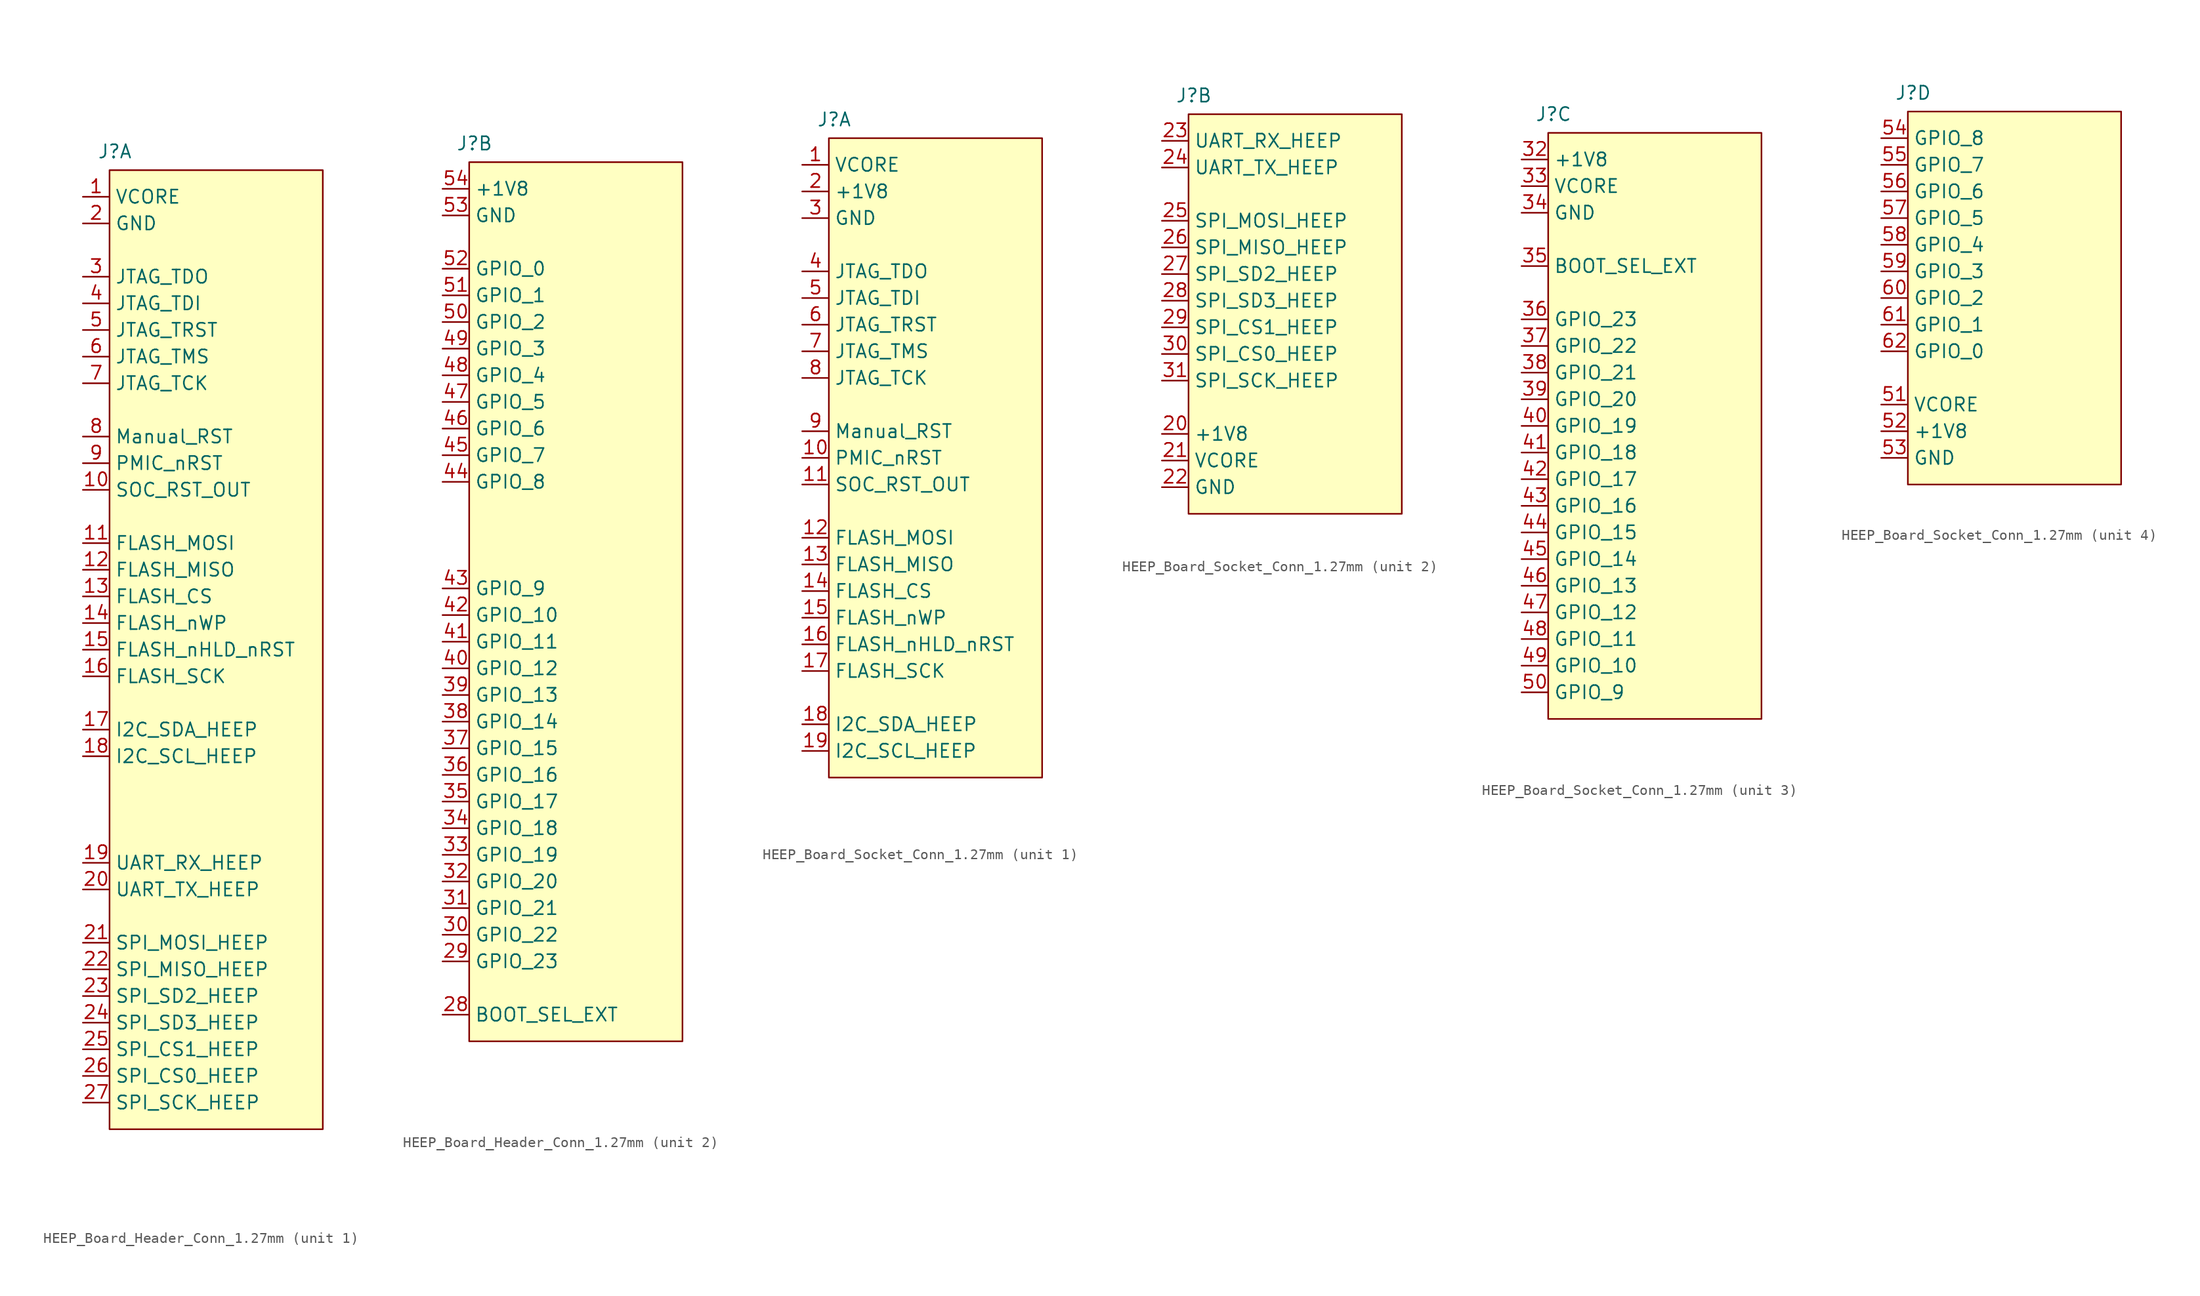
<source format=kicad_sym>
(kicad_symbol_lib
  (version 20231120)
  (generator "kicad_symbol_editor")
  (generator_version "8.0")
  (symbol "HEEP_Board_Header_Conn_1.27mm"
    (property "Reference" "J"
      (at 0.508 1.778 0)
      (effects (font (size 1.27 1.27))))
    (property "Value" ""
      (at 0 0 0)
      (effects (font (size 1.27 1.27))))
    (property "ki_locked" ""
      (at 0 0 0)
      (effects (font (size 1.27 1.27))))
    (symbol "HEEP_Board_Header_Conn_1.27mm_1_1"
      (rectangle (start 0 0) (end 20.32 -91.44) (stroke (width 0) (type default) (color 128 0 0 1)) (fill (type background)))
      (pin passive line (at -2.54 -2.54 0) (length 2.54) (name "VCORE" (effects (font (size 1.27 1.27)))) (number "1" (effects (font (size 1.27 1.27)))))
      (pin passive line (at -2.54 -30.48 0) (length 2.54) (name "SOC_RST_OUT" (effects (font (size 1.27 1.27)))) (number "10" (effects (font (size 1.27 1.27)))))
      (pin passive line (at -2.54 -35.56 0) (length 2.54) (name "FLASH_MOSI" (effects (font (size 1.27 1.27)))) (number "11" (effects (font (size 1.27 1.27)))))
      (pin passive line (at -2.54 -38.1 0) (length 2.54) (name "FLASH_MISO" (effects (font (size 1.27 1.27)))) (number "12" (effects (font (size 1.27 1.27)))))
      (pin passive line (at -2.54 -40.64 0) (length 2.54) (name "FLASH_CS" (effects (font (size 1.27 1.27)))) (number "13" (effects (font (size 1.27 1.27)))))
      (pin passive line (at -2.54 -43.18 0) (length 2.54) (name "FLASH_nWP" (effects (font (size 1.27 1.27)))) (number "14" (effects (font (size 1.27 1.27)))))
      (pin passive line (at -2.54 -45.72 0) (length 2.54) (name "FLASH_nHLD_nRST" (effects (font (size 1.27 1.27)))) (number "15" (effects (font (size 1.27 1.27)))))
      (pin passive line (at -2.54 -48.26 0) (length 2.54) (name "FLASH_SCK" (effects (font (size 1.27 1.27)))) (number "16" (effects (font (size 1.27 1.27)))))
      (pin passive line (at -2.54 -53.34 0) (length 2.54) (name "I2C_SDA_HEEP" (effects (font (size 1.27 1.27)))) (number "17" (effects (font (size 1.27 1.27)))))
      (pin passive line (at -2.54 -55.88 0) (length 2.54) (name "I2C_SCL_HEEP" (effects (font (size 1.27 1.27)))) (number "18" (effects (font (size 1.27 1.27)))))
      (pin passive line (at -2.54 -66.04 0) (length 2.54) (name "UART_RX_HEEP" (effects (font (size 1.27 1.27)))) (number "19" (effects (font (size 1.27 1.27)))))
      (pin passive line (at -2.54 -5.08 0) (length 2.54) (name "GND" (effects (font (size 1.27 1.27)))) (number "2" (effects (font (size 1.27 1.27)))))
      (pin passive line (at -2.54 -68.58 0) (length 2.54) (name "UART_TX_HEEP" (effects (font (size 1.27 1.27)))) (number "20" (effects (font (size 1.27 1.27)))))
      (pin passive line (at -2.54 -73.66 0) (length 2.54) (name "SPI_MOSI_HEEP" (effects (font (size 1.27 1.27)))) (number "21" (effects (font (size 1.27 1.27)))))
      (pin passive line (at -2.54 -76.2 0) (length 2.54) (name "SPI_MISO_HEEP" (effects (font (size 1.27 1.27)))) (number "22" (effects (font (size 1.27 1.27)))))
      (pin passive line (at -2.54 -78.74 0) (length 2.54) (name "SPI_SD2_HEEP" (effects (font (size 1.27 1.27)))) (number "23" (effects (font (size 1.27 1.27)))))
      (pin passive line (at -2.54 -81.28 0) (length 2.54) (name "SPI_SD3_HEEP" (effects (font (size 1.27 1.27)))) (number "24" (effects (font (size 1.27 1.27)))))
      (pin passive line (at -2.54 -83.82 0) (length 2.54) (name "SPI_CS1_HEEP" (effects (font (size 1.27 1.27)))) (number "25" (effects (font (size 1.27 1.27)))))
      (pin passive line (at -2.54 -86.36 0) (length 2.54) (name "SPI_CS0_HEEP" (effects (font (size 1.27 1.27)))) (number "26" (effects (font (size 1.27 1.27)))))
      (pin passive line (at -2.54 -88.9 0) (length 2.54) (name "SPI_SCK_HEEP" (effects (font (size 1.27 1.27)))) (number "27" (effects (font (size 1.27 1.27)))))
      (pin passive line (at -2.54 -10.16 0) (length 2.54) (name "JTAG_TDO" (effects (font (size 1.27 1.27)))) (number "3" (effects (font (size 1.27 1.27)))))
      (pin passive line (at -2.54 -12.7 0) (length 2.54) (name "JTAG_TDI" (effects (font (size 1.27 1.27)))) (number "4" (effects (font (size 1.27 1.27)))))
      (pin passive line (at -2.54 -15.24 0) (length 2.54) (name "JTAG_TRST" (effects (font (size 1.27 1.27)))) (number "5" (effects (font (size 1.27 1.27)))))
      (pin passive line (at -2.54 -17.78 0) (length 2.54) (name "JTAG_TMS" (effects (font (size 1.27 1.27)))) (number "6" (effects (font (size 1.27 1.27)))))
      (pin passive line (at -2.54 -20.32 0) (length 2.54) (name "JTAG_TCK" (effects (font (size 1.27 1.27)))) (number "7" (effects (font (size 1.27 1.27)))))
      (pin passive line (at -2.54 -25.4 0) (length 2.54) (name "Manual_RST" (effects (font (size 1.27 1.27)))) (number "8" (effects (font (size 1.27 1.27)))))
      (pin passive line (at -2.54 -27.94 0) (length 2.54) (name "PMIC_nRST" (effects (font (size 1.27 1.27)))) (number "9" (effects (font (size 1.27 1.27))))))
    (symbol "HEEP_Board_Header_Conn_1.27mm_2_1"
      (rectangle (start 0 0) (end 20.32 -83.82) (stroke (width 0) (type default) (color 128 0 0 1)) (fill (type background)))
      (pin passive line (at -2.54 -81.28 0) (length 2.54) (name "BOOT_SEL_EXT" (effects (font (size 1.27 1.27)))) (number "28" (effects (font (size 1.27 1.27)))))
      (pin passive line (at -2.54 -76.2 0) (length 2.54) (name "GPIO_23" (effects (font (size 1.27 1.27)))) (number "29" (effects (font (size 1.27 1.27)))))
      (pin passive line (at -2.54 -73.66 0) (length 2.54) (name "GPIO_22" (effects (font (size 1.27 1.27)))) (number "30" (effects (font (size 1.27 1.27)))))
      (pin passive line (at -2.54 -71.12 0) (length 2.54) (name "GPIO_21" (effects (font (size 1.27 1.27)))) (number "31" (effects (font (size 1.27 1.27)))))
      (pin passive line (at -2.54 -68.58 0) (length 2.54) (name "GPIO_20" (effects (font (size 1.27 1.27)))) (number "32" (effects (font (size 1.27 1.27)))))
      (pin passive line (at -2.54 -66.04 0) (length 2.54) (name "GPIO_19" (effects (font (size 1.27 1.27)))) (number "33" (effects (font (size 1.27 1.27)))))
      (pin passive line (at -2.54 -63.5 0) (length 2.54) (name "GPIO_18" (effects (font (size 1.27 1.27)))) (number "34" (effects (font (size 1.27 1.27)))))
      (pin passive line (at -2.54 -60.96 0) (length 2.54) (name "GPIO_17" (effects (font (size 1.27 1.27)))) (number "35" (effects (font (size 1.27 1.27)))))
      (pin passive line (at -2.54 -58.42 0) (length 2.54) (name "GPIO_16" (effects (font (size 1.27 1.27)))) (number "36" (effects (font (size 1.27 1.27)))))
      (pin passive line (at -2.54 -55.88 0) (length 2.54) (name "GPIO_15" (effects (font (size 1.27 1.27)))) (number "37" (effects (font (size 1.27 1.27)))))
      (pin passive line (at -2.54 -53.34 0) (length 2.54) (name "GPIO_14" (effects (font (size 1.27 1.27)))) (number "38" (effects (font (size 1.27 1.27)))))
      (pin passive line (at -2.54 -50.8 0) (length 2.54) (name "GPIO_13" (effects (font (size 1.27 1.27)))) (number "39" (effects (font (size 1.27 1.27)))))
      (pin passive line (at -2.54 -48.26 0) (length 2.54) (name "GPIO_12" (effects (font (size 1.27 1.27)))) (number "40" (effects (font (size 1.27 1.27)))))
      (pin passive line (at -2.54 -45.72 0) (length 2.54) (name "GPIO_11" (effects (font (size 1.27 1.27)))) (number "41" (effects (font (size 1.27 1.27)))))
      (pin passive line (at -2.54 -43.18 0) (length 2.54) (name "GPIO_10" (effects (font (size 1.27 1.27)))) (number "42" (effects (font (size 1.27 1.27)))))
      (pin passive line (at -2.54 -40.64 0) (length 2.54) (name "GPIO_9" (effects (font (size 1.27 1.27)))) (number "43" (effects (font (size 1.27 1.27)))))
      (pin passive line (at -2.54 -30.48 0) (length 2.54) (name "GPIO_8" (effects (font (size 1.27 1.27)))) (number "44" (effects (font (size 1.27 1.27)))))
      (pin passive line (at -2.54 -27.94 0) (length 2.54) (name "GPIO_7" (effects (font (size 1.27 1.27)))) (number "45" (effects (font (size 1.27 1.27)))))
      (pin passive line (at -2.54 -25.4 0) (length 2.54) (name "GPIO_6" (effects (font (size 1.27 1.27)))) (number "46" (effects (font (size 1.27 1.27)))))
      (pin passive line (at -2.54 -22.86 0) (length 2.54) (name "GPIO_5" (effects (font (size 1.27 1.27)))) (number "47" (effects (font (size 1.27 1.27)))))
      (pin passive line (at -2.54 -20.32 0) (length 2.54) (name "GPIO_4" (effects (font (size 1.27 1.27)))) (number "48" (effects (font (size 1.27 1.27)))))
      (pin passive line (at -2.54 -17.78 0) (length 2.54) (name "GPIO_3" (effects (font (size 1.27 1.27)))) (number "49" (effects (font (size 1.27 1.27)))))
      (pin passive line (at -2.54 -15.24 0) (length 2.54) (name "GPIO_2" (effects (font (size 1.27 1.27)))) (number "50" (effects (font (size 1.27 1.27)))))
      (pin passive line (at -2.54 -12.7 0) (length 2.54) (name "GPIO_1" (effects (font (size 1.27 1.27)))) (number "51" (effects (font (size 1.27 1.27)))))
      (pin passive line (at -2.54 -10.16 0) (length 2.54) (name "GPIO_0" (effects (font (size 1.27 1.27)))) (number "52" (effects (font (size 1.27 1.27)))))
      (pin passive line (at -2.54 -5.08 0) (length 2.54) (name "GND" (effects (font (size 1.27 1.27)))) (number "53" (effects (font (size 1.27 1.27)))))
      (pin passive line (at -2.54 -2.54 0) (length 2.54) (name "+1V8" (effects (font (size 1.27 1.27)))) (number "54" (effects (font (size 1.27 1.27)))))))
  (symbol "HEEP_Board_Socket_Conn_1.27mm"
    (property "Reference" "J"
      (at 0.508 1.778 0)
      (effects (font (size 1.27 1.27))))
    (property "Value" ""
      (at 0 0 0)
      (effects (font (size 1.27 1.27))))
    (property "ki_locked" ""
      (at 0 0 0)
      (effects (font (size 1.27 1.27))))
    (symbol "HEEP_Board_Socket_Conn_1.27mm_1_1"
      (rectangle (start 0 0) (end 20.32 -60.96) (stroke (width 0) (type default) (color 128 0 0 1)) (fill (type background)))
      (pin passive line (at -2.54 -2.54 0) (length 2.54) (name "VCORE" (effects (font (size 1.27 1.27)))) (number "1" (effects (font (size 1.27 1.27)))))
      (pin passive line (at -2.54 -30.48 0) (length 2.54) (name "PMIC_nRST" (effects (font (size 1.27 1.27)))) (number "10" (effects (font (size 1.27 1.27)))))
      (pin passive line (at -2.54 -33.02 0) (length 2.54) (name "SOC_RST_OUT" (effects (font (size 1.27 1.27)))) (number "11" (effects (font (size 1.27 1.27)))))
      (pin passive line (at -2.54 -38.1 0) (length 2.54) (name "FLASH_MOSI" (effects (font (size 1.27 1.27)))) (number "12" (effects (font (size 1.27 1.27)))))
      (pin passive line (at -2.54 -40.64 0) (length 2.54) (name "FLASH_MISO" (effects (font (size 1.27 1.27)))) (number "13" (effects (font (size 1.27 1.27)))))
      (pin passive line (at -2.54 -43.18 0) (length 2.54) (name "FLASH_CS" (effects (font (size 1.27 1.27)))) (number "14" (effects (font (size 1.27 1.27)))))
      (pin passive line (at -2.54 -45.72 0) (length 2.54) (name "FLASH_nWP" (effects (font (size 1.27 1.27)))) (number "15" (effects (font (size 1.27 1.27)))))
      (pin passive line (at -2.54 -48.26 0) (length 2.54) (name "FLASH_nHLD_nRST" (effects (font (size 1.27 1.27)))) (number "16" (effects (font (size 1.27 1.27)))))
      (pin passive line (at -2.54 -50.8 0) (length 2.54) (name "FLASH_SCK" (effects (font (size 1.27 1.27)))) (number "17" (effects (font (size 1.27 1.27)))))
      (pin passive line (at -2.54 -55.88 0) (length 2.54) (name "I2C_SDA_HEEP" (effects (font (size 1.27 1.27)))) (number "18" (effects (font (size 1.27 1.27)))))
      (pin passive line (at -2.54 -58.42 0) (length 2.54) (name "I2C_SCL_HEEP" (effects (font (size 1.27 1.27)))) (number "19" (effects (font (size 1.27 1.27)))))
      (pin passive line (at -2.54 -5.08 0) (length 2.54) (name "+1V8" (effects (font (size 1.27 1.27)))) (number "2" (effects (font (size 1.27 1.27)))))
      (pin passive line (at -2.54 -7.62 0) (length 2.54) (name "GND" (effects (font (size 1.27 1.27)))) (number "3" (effects (font (size 1.27 1.27)))))
      (pin passive line (at -2.54 -12.7 0) (length 2.54) (name "JTAG_TDO" (effects (font (size 1.27 1.27)))) (number "4" (effects (font (size 1.27 1.27)))))
      (pin passive line (at -2.54 -15.24 0) (length 2.54) (name "JTAG_TDI" (effects (font (size 1.27 1.27)))) (number "5" (effects (font (size 1.27 1.27)))))
      (pin passive line (at -2.54 -17.78 0) (length 2.54) (name "JTAG_TRST" (effects (font (size 1.27 1.27)))) (number "6" (effects (font (size 1.27 1.27)))))
      (pin passive line (at -2.54 -20.32 0) (length 2.54) (name "JTAG_TMS" (effects (font (size 1.27 1.27)))) (number "7" (effects (font (size 1.27 1.27)))))
      (pin passive line (at -2.54 -22.86 0) (length 2.54) (name "JTAG_TCK" (effects (font (size 1.27 1.27)))) (number "8" (effects (font (size 1.27 1.27)))))
      (pin passive line (at -2.54 -27.94 0) (length 2.54) (name "Manual_RST" (effects (font (size 1.27 1.27)))) (number "9" (effects (font (size 1.27 1.27))))))
    (symbol "HEEP_Board_Socket_Conn_1.27mm_2_1"
      (rectangle (start 0 0) (end 20.32 -38.1) (stroke (width 0) (type default) (color 128 0 0 1)) (fill (type background)))
      (pin passive line (at -2.54 -30.48 0) (length 2.54) (name "+1V8" (effects (font (size 1.27 1.27)))) (number "20" (effects (font (size 1.27 1.27)))))
      (pin passive line (at -2.54 -33.02 0) (length 2.54) (name "VCORE" (effects (font (size 1.27 1.27)))) (number "21" (effects (font (size 1.27 1.27)))))
      (pin passive line (at -2.54 -35.56 0) (length 2.54) (name "GND" (effects (font (size 1.27 1.27)))) (number "22" (effects (font (size 1.27 1.27)))))
      (pin passive line (at -2.54 -2.54 0) (length 2.54) (name "UART_RX_HEEP" (effects (font (size 1.27 1.27)))) (number "23" (effects (font (size 1.27 1.27)))))
      (pin passive line (at -2.54 -5.08 0) (length 2.54) (name "UART_TX_HEEP" (effects (font (size 1.27 1.27)))) (number "24" (effects (font (size 1.27 1.27)))))
      (pin passive line (at -2.54 -10.16 0) (length 2.54) (name "SPI_MOSI_HEEP" (effects (font (size 1.27 1.27)))) (number "25" (effects (font (size 1.27 1.27)))))
      (pin passive line (at -2.54 -12.7 0) (length 2.54) (name "SPI_MISO_HEEP" (effects (font (size 1.27 1.27)))) (number "26" (effects (font (size 1.27 1.27)))))
      (pin passive line (at -2.54 -15.24 0) (length 2.54) (name "SPI_SD2_HEEP" (effects (font (size 1.27 1.27)))) (number "27" (effects (font (size 1.27 1.27)))))
      (pin passive line (at -2.54 -17.78 0) (length 2.54) (name "SPI_SD3_HEEP" (effects (font (size 1.27 1.27)))) (number "28" (effects (font (size 1.27 1.27)))))
      (pin passive line (at -2.54 -20.32 0) (length 2.54) (name "SPI_CS1_HEEP" (effects (font (size 1.27 1.27)))) (number "29" (effects (font (size 1.27 1.27)))))
      (pin passive line (at -2.54 -22.86 0) (length 2.54) (name "SPI_CS0_HEEP" (effects (font (size 1.27 1.27)))) (number "30" (effects (font (size 1.27 1.27)))))
      (pin passive line (at -2.54 -25.4 0) (length 2.54) (name "SPI_SCK_HEEP" (effects (font (size 1.27 1.27)))) (number "31" (effects (font (size 1.27 1.27))))))
    (symbol "HEEP_Board_Socket_Conn_1.27mm_3_1"
      (rectangle (start 0 0) (end 20.32 -55.88) (stroke (width 0) (type default) (color 128 0 0 1)) (fill (type background)))
      (pin passive line (at -2.54 -2.54 0) (length 2.54) (name "+1V8" (effects (font (size 1.27 1.27)))) (number "32" (effects (font (size 1.27 1.27)))))
      (pin passive line (at -2.54 -5.08 0) (length 2.54) (name "VCORE" (effects (font (size 1.27 1.27)))) (number "33" (effects (font (size 1.27 1.27)))))
      (pin passive line (at -2.54 -7.62 0) (length 2.54) (name "GND" (effects (font (size 1.27 1.27)))) (number "34" (effects (font (size 1.27 1.27)))))
      (pin passive line (at -2.54 -12.7 0) (length 2.54) (name "BOOT_SEL_EXT" (effects (font (size 1.27 1.27)))) (number "35" (effects (font (size 1.27 1.27)))))
      (pin passive line (at -2.54 -17.78 0) (length 2.54) (name "GPIO_23" (effects (font (size 1.27 1.27)))) (number "36" (effects (font (size 1.27 1.27)))))
      (pin passive line (at -2.54 -20.32 0) (length 2.54) (name "GPIO_22" (effects (font (size 1.27 1.27)))) (number "37" (effects (font (size 1.27 1.27)))))
      (pin passive line (at -2.54 -22.86 0) (length 2.54) (name "GPIO_21" (effects (font (size 1.27 1.27)))) (number "38" (effects (font (size 1.27 1.27)))))
      (pin passive line (at -2.54 -25.4 0) (length 2.54) (name "GPIO_20" (effects (font (size 1.27 1.27)))) (number "39" (effects (font (size 1.27 1.27)))))
      (pin passive line (at -2.54 -27.94 0) (length 2.54) (name "GPIO_19" (effects (font (size 1.27 1.27)))) (number "40" (effects (font (size 1.27 1.27)))))
      (pin passive line (at -2.54 -30.48 0) (length 2.54) (name "GPIO_18" (effects (font (size 1.27 1.27)))) (number "41" (effects (font (size 1.27 1.27)))))
      (pin passive line (at -2.54 -33.02 0) (length 2.54) (name "GPIO_17" (effects (font (size 1.27 1.27)))) (number "42" (effects (font (size 1.27 1.27)))))
      (pin passive line (at -2.54 -35.56 0) (length 2.54) (name "GPIO_16" (effects (font (size 1.27 1.27)))) (number "43" (effects (font (size 1.27 1.27)))))
      (pin passive line (at -2.54 -38.1 0) (length 2.54) (name "GPIO_15" (effects (font (size 1.27 1.27)))) (number "44" (effects (font (size 1.27 1.27)))))
      (pin passive line (at -2.54 -40.64 0) (length 2.54) (name "GPIO_14" (effects (font (size 1.27 1.27)))) (number "45" (effects (font (size 1.27 1.27)))))
      (pin passive line (at -2.54 -43.18 0) (length 2.54) (name "GPIO_13" (effects (font (size 1.27 1.27)))) (number "46" (effects (font (size 1.27 1.27)))))
      (pin passive line (at -2.54 -45.72 0) (length 2.54) (name "GPIO_12" (effects (font (size 1.27 1.27)))) (number "47" (effects (font (size 1.27 1.27)))))
      (pin passive line (at -2.54 -48.26 0) (length 2.54) (name "GPIO_11" (effects (font (size 1.27 1.27)))) (number "48" (effects (font (size 1.27 1.27)))))
      (pin passive line (at -2.54 -50.8 0) (length 2.54) (name "GPIO_10" (effects (font (size 1.27 1.27)))) (number "49" (effects (font (size 1.27 1.27)))))
      (pin passive line (at -2.54 -53.34 0) (length 2.54) (name "GPIO_9" (effects (font (size 1.27 1.27)))) (number "50" (effects (font (size 1.27 1.27))))))
    (symbol "HEEP_Board_Socket_Conn_1.27mm_4_1"
      (rectangle (start 0 0) (end 20.32 -35.56) (stroke (width 0) (type default) (color 128 0 0 1)) (fill (type background)))
      (pin passive line (at -2.54 -27.94 0) (length 2.54) (name "VCORE" (effects (font (size 1.27 1.27)))) (number "51" (effects (font (size 1.27 1.27)))))
      (pin passive line (at -2.54 -30.48 0) (length 2.54) (name "+1V8" (effects (font (size 1.27 1.27)))) (number "52" (effects (font (size 1.27 1.27)))))
      (pin passive line (at -2.54 -33.02 0) (length 2.54) (name "GND" (effects (font (size 1.27 1.27)))) (number "53" (effects (font (size 1.27 1.27)))))
      (pin passive line (at -2.54 -2.54 0) (length 2.54) (name "GPIO_8" (effects (font (size 1.27 1.27)))) (number "54" (effects (font (size 1.27 1.27)))))
      (pin passive line (at -2.54 -5.08 0) (length 2.54) (name "GPIO_7" (effects (font (size 1.27 1.27)))) (number "55" (effects (font (size 1.27 1.27)))))
      (pin passive line (at -2.54 -7.62 0) (length 2.54) (name "GPIO_6" (effects (font (size 1.27 1.27)))) (number "56" (effects (font (size 1.27 1.27)))))
      (pin passive line (at -2.54 -10.16 0) (length 2.54) (name "GPIO_5" (effects (font (size 1.27 1.27)))) (number "57" (effects (font (size 1.27 1.27)))))
      (pin passive line (at -2.54 -12.7 0) (length 2.54) (name "GPIO_4" (effects (font (size 1.27 1.27)))) (number "58" (effects (font (size 1.27 1.27)))))
      (pin passive line (at -2.54 -15.24 0) (length 2.54) (name "GPIO_3" (effects (font (size 1.27 1.27)))) (number "59" (effects (font (size 1.27 1.27)))))
      (pin passive line (at -2.54 -17.78 0) (length 2.54) (name "GPIO_2" (effects (font (size 1.27 1.27)))) (number "60" (effects (font (size 1.27 1.27)))))
      (pin passive line (at -2.54 -20.32 0) (length 2.54) (name "GPIO_1" (effects (font (size 1.27 1.27)))) (number "61" (effects (font (size 1.27 1.27)))))
      (pin passive line (at -2.54 -22.86 0) (length 2.54) (name "GPIO_0" (effects (font (size 1.27 1.27)))) (number "62" (effects (font (size 1.27 1.27))))))))
</source>
